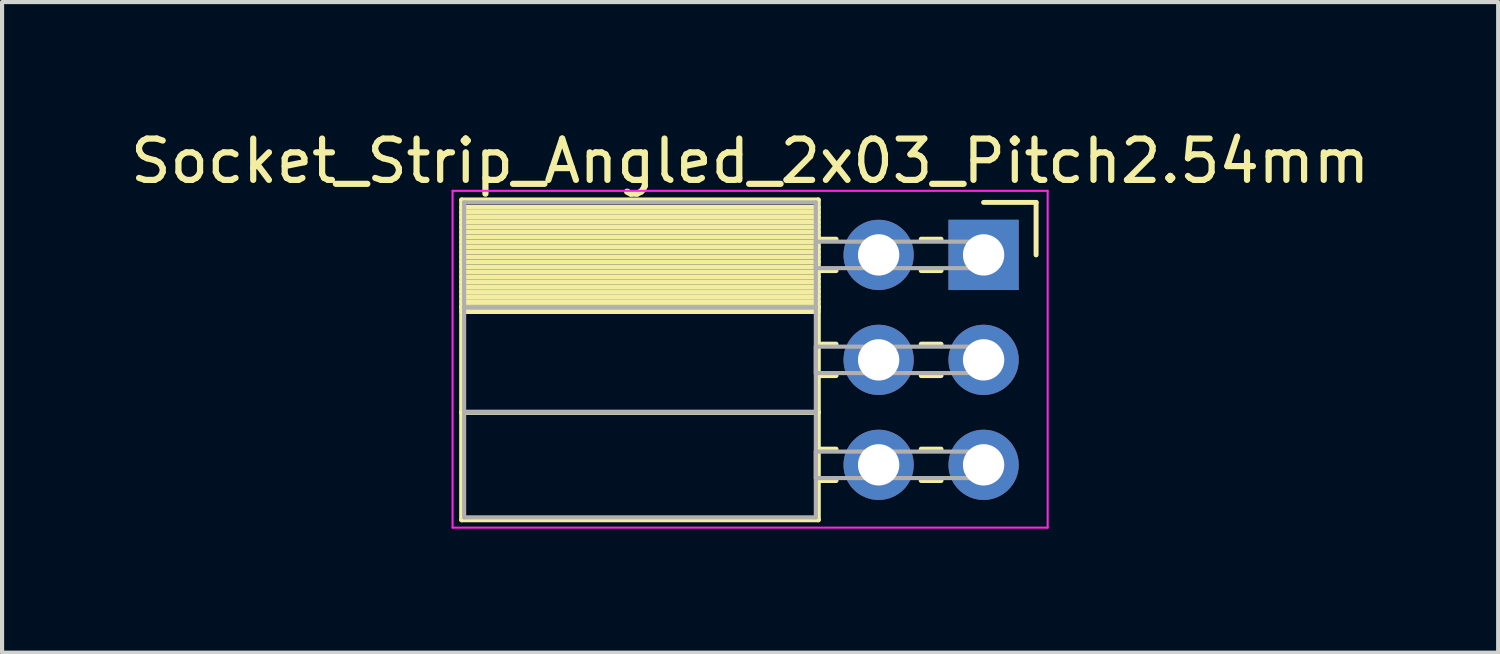
<source format=kicad_pcb>
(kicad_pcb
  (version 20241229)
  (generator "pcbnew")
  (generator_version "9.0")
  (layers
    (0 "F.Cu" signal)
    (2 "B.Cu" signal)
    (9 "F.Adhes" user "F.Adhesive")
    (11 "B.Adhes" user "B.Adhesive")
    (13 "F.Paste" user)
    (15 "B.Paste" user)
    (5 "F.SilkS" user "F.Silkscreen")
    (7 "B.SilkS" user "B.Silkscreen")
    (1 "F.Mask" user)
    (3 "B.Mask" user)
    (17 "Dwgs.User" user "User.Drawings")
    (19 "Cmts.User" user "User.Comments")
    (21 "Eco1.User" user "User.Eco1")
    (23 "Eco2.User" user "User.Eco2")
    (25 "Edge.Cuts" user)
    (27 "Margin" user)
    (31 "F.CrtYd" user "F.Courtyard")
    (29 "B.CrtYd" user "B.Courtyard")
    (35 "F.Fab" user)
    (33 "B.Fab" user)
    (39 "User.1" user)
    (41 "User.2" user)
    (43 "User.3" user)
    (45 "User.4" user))
  (footprint "Socket_Strip_Angled_2x03_Pitch2.54mm"
    (layer "F.Cu")
    (at 20.751 3.118)
    (property "Reference" "Socket_Strip_Angled_2x03_Pitch2.54mm" (at -5.65 -2.27 0) (layer "F.SilkS") (effects (font (size 1 1) (thickness 0.15))))
    (attr through_hole)
    (fp_line (start -12.63 -1.33) (end -4 -1.33) (stroke (width 0.12) (type solid)) (layer "F.SilkS"))
    (fp_line (start -12.63 1.27) (end -12.63 -1.33) (stroke (width 0.12) (type solid)) (layer "F.SilkS"))
    (fp_line (start -12.63 1.27) (end -4 1.27) (stroke (width 0.12) (type solid)) (layer "F.SilkS"))
    (fp_line (start -12.63 3.81) (end -12.63 1.27) (stroke (width 0.12) (type solid)) (layer "F.SilkS"))
    (fp_line (start -12.63 3.81) (end -4 3.81) (stroke (width 0.12) (type solid)) (layer "F.SilkS"))
    (fp_line (start -12.63 6.41) (end -12.63 3.81) (stroke (width 0.12) (type solid)) (layer "F.SilkS"))
    (fp_line (start -4 -1.33) (end -4 1.27) (stroke (width 0.12) (type solid)) (layer "F.SilkS"))
    (fp_line (start -4 -1.15) (end -12.63 -1.15) (stroke (width 0.12) (type solid)) (layer "F.SilkS"))
    (fp_line (start -4 -1.03) (end -12.63 -1.03) (stroke (width 0.12) (type solid)) (layer "F.SilkS"))
    (fp_line (start -4 -0.91) (end -12.63 -0.91) (stroke (width 0.12) (type solid)) (layer "F.SilkS"))
    (fp_line (start -4 -0.79) (end -12.63 -0.79) (stroke (width 0.12) (type solid)) (layer "F.SilkS"))
    (fp_line (start -4 -0.67) (end -12.63 -0.67) (stroke (width 0.12) (type solid)) (layer "F.SilkS"))
    (fp_line (start -4 -0.55) (end -12.63 -0.55) (stroke (width 0.12) (type solid)) (layer "F.SilkS"))
    (fp_line (start -4 -0.43) (end -12.63 -0.43) (stroke (width 0.12) (type solid)) (layer "F.SilkS"))
    (fp_line (start -4 -0.31) (end -12.63 -0.31) (stroke (width 0.12) (type solid)) (layer "F.SilkS"))
    (fp_line (start -4 -0.19) (end -12.63 -0.19) (stroke (width 0.12) (type solid)) (layer "F.SilkS"))
    (fp_line (start -4 -0.07) (end -12.63 -0.07) (stroke (width 0.12) (type solid)) (layer "F.SilkS"))
    (fp_line (start -4 0.05) (end -12.63 0.05) (stroke (width 0.12) (type solid)) (layer "F.SilkS"))
    (fp_line (start -4 0.17) (end -12.63 0.17) (stroke (width 0.12) (type solid)) (layer "F.SilkS"))
    (fp_line (start -4 0.29) (end -12.63 0.29) (stroke (width 0.12) (type solid)) (layer "F.SilkS"))
    (fp_line (start -4 0.41) (end -12.63 0.41) (stroke (width 0.12) (type solid)) (layer "F.SilkS"))
    (fp_line (start -4 0.53) (end -12.63 0.53) (stroke (width 0.12) (type solid)) (layer "F.SilkS"))
    (fp_line (start -4 0.65) (end -12.63 0.65) (stroke (width 0.12) (type solid)) (layer "F.SilkS"))
    (fp_line (start -4 0.77) (end -12.63 0.77) (stroke (width 0.12) (type solid)) (layer "F.SilkS"))
    (fp_line (start -4 0.89) (end -12.63 0.89) (stroke (width 0.12) (type solid)) (layer "F.SilkS"))
    (fp_line (start -4 1.01) (end -12.63 1.01) (stroke (width 0.12) (type solid)) (layer "F.SilkS"))
    (fp_line (start -4 1.13) (end -12.63 1.13) (stroke (width 0.12) (type solid)) (layer "F.SilkS"))
    (fp_line (start -4 1.25) (end -12.63 1.25) (stroke (width 0.12) (type solid)) (layer "F.SilkS"))
    (fp_line (start -4 1.27) (end -12.63 1.27) (stroke (width 0.12) (type solid)) (layer "F.SilkS"))
    (fp_line (start -4 1.27) (end -4 3.81) (stroke (width 0.12) (type solid)) (layer "F.SilkS"))
    (fp_line (start -4 1.37) (end -12.63 1.37) (stroke (width 0.12) (type solid)) (layer "F.SilkS"))
    (fp_line (start -4 3.81) (end -12.63 3.81) (stroke (width 0.12) (type solid)) (layer "F.SilkS"))
    (fp_line (start -4 3.81) (end -4 6.41) (stroke (width 0.12) (type solid)) (layer "F.SilkS"))
    (fp_line (start -4 6.41) (end -12.63 6.41) (stroke (width 0.12) (type solid)) (layer "F.SilkS"))
    (fp_line (start -3.57 -0.38) (end -4 -0.38) (stroke (width 0.12) (type solid)) (layer "F.SilkS"))
    (fp_line (start -3.57 0.38) (end -4 0.38) (stroke (width 0.12) (type solid)) (layer "F.SilkS"))
    (fp_line (start -3.57 2.16) (end -4 2.16) (stroke (width 0.12) (type solid)) (layer "F.SilkS"))
    (fp_line (start -3.57 2.92) (end -4 2.92) (stroke (width 0.12) (type solid)) (layer "F.SilkS"))
    (fp_line (start -3.57 4.7) (end -4 4.7) (stroke (width 0.12) (type solid)) (layer "F.SilkS"))
    (fp_line (start -3.57 5.46) (end -4 5.46) (stroke (width 0.12) (type solid)) (layer "F.SilkS"))
    (fp_line (start -1.03 -0.38) (end -1.51 -0.38) (stroke (width 0.12) (type solid)) (layer "F.SilkS"))
    (fp_line (start -1.03 0.38) (end -1.51 0.38) (stroke (width 0.12) (type solid)) (layer "F.SilkS"))
    (fp_line (start -1.03 2.16) (end -1.51 2.16) (stroke (width 0.12) (type solid)) (layer "F.SilkS"))
    (fp_line (start -1.03 2.92) (end -1.51 2.92) (stroke (width 0.12) (type solid)) (layer "F.SilkS"))
    (fp_line (start -1.03 4.7) (end -1.51 4.7) (stroke (width 0.12) (type solid)) (layer "F.SilkS"))
    (fp_line (start -1.03 5.46) (end -1.51 5.46) (stroke (width 0.12) (type solid)) (layer "F.SilkS"))
    (fp_line (start 0 -1.27) (end 1.27 -1.27) (stroke (width 0.12) (type solid)) (layer "F.SilkS"))
    (fp_line (start 1.27 -1.27) (end 1.27 0) (stroke (width 0.12) (type solid)) (layer "F.SilkS"))
    (fp_line (start -12.85 -1.55) (end 1.55 -1.55) (stroke (width 0.05) (type solid)) (layer "F.CrtYd"))
    (fp_line (start -12.85 6.6) (end -12.85 -1.55) (stroke (width 0.05) (type solid)) (layer "F.CrtYd"))
    (fp_line (start 1.55 -1.55) (end 1.55 6.6) (stroke (width 0.05) (type solid)) (layer "F.CrtYd"))
    (fp_line (start 1.55 6.6) (end -12.85 6.6) (stroke (width 0.05) (type solid)) (layer "F.CrtYd"))
    (fp_line (start -12.57 -1.27) (end -4.06 -1.27) (stroke (width 0.1) (type solid)) (layer "F.Fab"))
    (fp_line (start -12.57 1.27) (end -12.57 -1.27) (stroke (width 0.1) (type solid)) (layer "F.Fab"))
    (fp_line (start -12.57 1.27) (end -4.06 1.27) (stroke (width 0.1) (type solid)) (layer "F.Fab"))
    (fp_line (start -12.57 3.81) (end -12.57 1.27) (stroke (width 0.1) (type solid)) (layer "F.Fab"))
    (fp_line (start -12.57 3.81) (end -4.06 3.81) (stroke (width 0.1) (type solid)) (layer "F.Fab"))
    (fp_line (start -12.57 6.35) (end -12.57 3.81) (stroke (width 0.1) (type solid)) (layer "F.Fab"))
    (fp_line (start -4.06 -1.27) (end -4.06 1.27) (stroke (width 0.1) (type solid)) (layer "F.Fab"))
    (fp_line (start -4.06 -0.32) (end 0 -0.32) (stroke (width 0.1) (type solid)) (layer "F.Fab"))
    (fp_line (start -4.06 0.32) (end -4.06 -0.32) (stroke (width 0.1) (type solid)) (layer "F.Fab"))
    (fp_line (start -4.06 1.27) (end -12.57 1.27) (stroke (width 0.1) (type solid)) (layer "F.Fab"))
    (fp_line (start -4.06 1.27) (end -4.06 3.81) (stroke (width 0.1) (type solid)) (layer "F.Fab"))
    (fp_line (start -4.06 2.22) (end 0 2.22) (stroke (width 0.1) (type solid)) (layer "F.Fab"))
    (fp_line (start -4.06 2.86) (end -4.06 2.22) (stroke (width 0.1) (type solid)) (layer "F.Fab"))
    (fp_line (start -4.06 3.81) (end -12.57 3.81) (stroke (width 0.1) (type solid)) (layer "F.Fab"))
    (fp_line (start -4.06 3.81) (end -4.06 6.35) (stroke (width 0.1) (type solid)) (layer "F.Fab"))
    (fp_line (start -4.06 4.76) (end 0 4.76) (stroke (width 0.1) (type solid)) (layer "F.Fab"))
    (fp_line (start -4.06 5.4) (end -4.06 4.76) (stroke (width 0.1) (type solid)) (layer "F.Fab"))
    (fp_line (start -4.06 6.35) (end -12.57 6.35) (stroke (width 0.1) (type solid)) (layer "F.Fab"))
    (fp_line (start 0 -0.32) (end 0 0.32) (stroke (width 0.1) (type solid)) (layer "F.Fab"))
    (fp_line (start 0 0.32) (end -4.06 0.32) (stroke (width 0.1) (type solid)) (layer "F.Fab"))
    (fp_line (start 0 2.22) (end 0 2.86) (stroke (width 0.1) (type solid)) (layer "F.Fab"))
    (fp_line (start 0 2.86) (end -4.06 2.86) (stroke (width 0.1) (type solid)) (layer "F.Fab"))
    (fp_line (start 0 4.76) (end 0 5.4) (stroke (width 0.1) (type solid)) (layer "F.Fab"))
    (fp_line (start 0 5.4) (end -4.06 5.4) (stroke (width 0.1) (type solid)) (layer "F.Fab"))
    (pad "1" thru_hole rect (at 0 0) (size 1.7 1.7) (drill 1) (layers "*.Cu" "*.Mask"))
    (pad "2" thru_hole oval (at -2.54 0) (size 1.7 1.7) (drill 1) (layers "*.Cu" "*.Mask"))
    (pad "3" thru_hole oval (at 0 2.54) (size 1.7 1.7) (drill 1) (layers "*.Cu" "*.Mask"))
    (pad "4" thru_hole oval (at -2.54 2.54) (size 1.7 1.7) (drill 1) (layers "*.Cu" "*.Mask"))
    (pad "5" thru_hole oval (at 0 5.08) (size 1.7 1.7) (drill 1) (layers "*.Cu" "*.Mask"))
    (pad "6" thru_hole oval (at -2.54 5.08) (size 1.7 1.7) (drill 1) (layers "*.Cu" "*.Mask")))
  (gr_rect
    (start -3 -3)
    (end 33.202 12.743)
    (stroke (width 0.1) (type default))
    (fill no)
    (layer "Edge.Cuts")))
</source>
